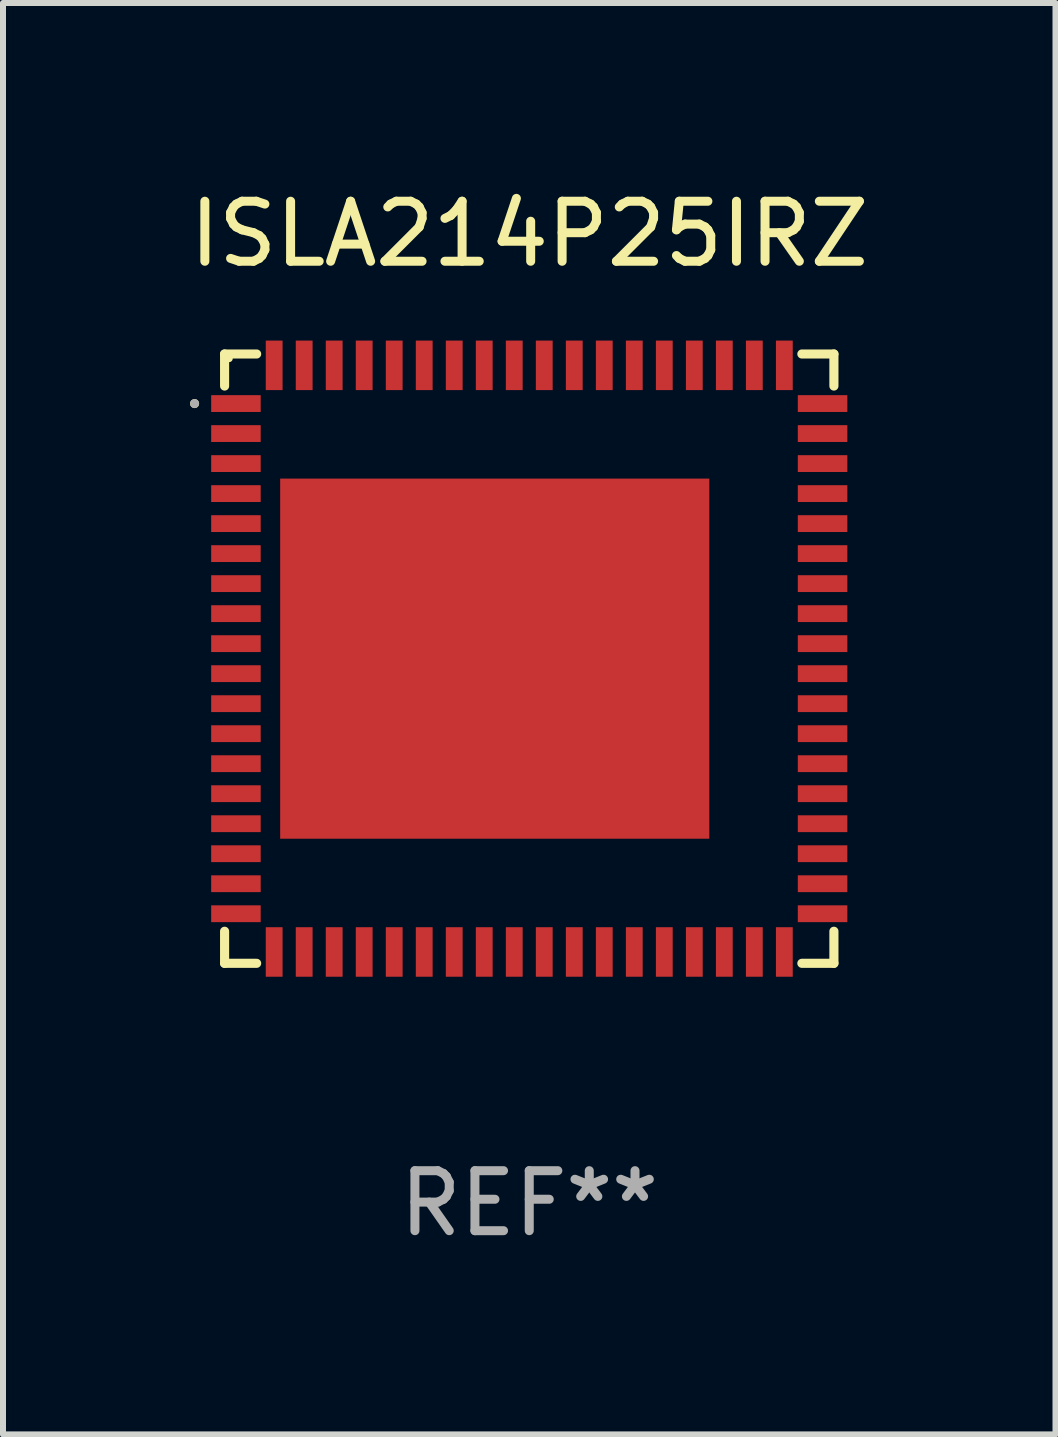
<source format=kicad_pcb>
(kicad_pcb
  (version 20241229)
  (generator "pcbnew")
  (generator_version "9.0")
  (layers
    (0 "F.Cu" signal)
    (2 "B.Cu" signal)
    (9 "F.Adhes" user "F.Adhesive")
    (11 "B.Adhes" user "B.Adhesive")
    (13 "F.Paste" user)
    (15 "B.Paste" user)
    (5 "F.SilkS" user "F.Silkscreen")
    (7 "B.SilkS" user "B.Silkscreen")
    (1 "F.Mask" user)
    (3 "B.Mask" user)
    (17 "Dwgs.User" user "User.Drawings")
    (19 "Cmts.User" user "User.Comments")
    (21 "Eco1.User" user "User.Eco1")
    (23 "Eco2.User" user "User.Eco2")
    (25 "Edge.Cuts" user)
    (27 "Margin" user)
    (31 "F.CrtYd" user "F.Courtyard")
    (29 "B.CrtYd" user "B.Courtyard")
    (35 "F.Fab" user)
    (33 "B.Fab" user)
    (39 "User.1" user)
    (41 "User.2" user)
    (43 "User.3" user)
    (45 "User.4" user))
  (footprint "ISLA214P25IRZ"
    (layer "F.Cu")
    (at 5.768 7.924)
    (property "Reference" "ISLA214P25IRZ" (at 0 -7.076 0) (layer "F.SilkS") (effects (font (size 1 1) (thickness 0.15))))
    (attr through_hole)
    (fp_line (start -5.076 -5.076) (end -4.542 -5.076) (stroke (width 0.152) (type solid)) (layer "F.SilkS"))
    (fp_line (start -5.076 -4.542) (end -5.076 -5.076) (stroke (width 0.152) (type solid)) (layer "F.SilkS"))
    (fp_line (start -5.076 4.542) (end -5.076 5.076) (stroke (width 0.152) (type solid)) (layer "F.SilkS"))
    (fp_line (start -5.076 5.076) (end -4.542 5.076) (stroke (width 0.152) (type solid)) (layer "F.SilkS"))
    (fp_line (start 5.076 -5.076) (end 4.542 -5.076) (stroke (width 0.152) (type solid)) (layer "F.SilkS"))
    (fp_line (start 5.076 -4.542) (end 5.076 -5.076) (stroke (width 0.152) (type solid)) (layer "F.SilkS"))
    (fp_line (start 5.076 4.542) (end 5.076 5.076) (stroke (width 0.152) (type solid)) (layer "F.SilkS"))
    (fp_line (start 5.076 5.076) (end 4.542 5.076) (stroke (width 0.152) (type solid)) (layer "F.SilkS"))
    (fp_circle (center -5.576 -4.25) (end -5.538 -4.25) (stroke (width 0.075) (type solid)) (fill no) (layer "F.SilkS"))
    (fp_circle (center -5 -5) (end -4.97 -5) (stroke (width 0.06) (type solid)) (fill no) (layer "F.SilkS"))
    (fp_circle (center -5.576 -4.25) (end -5.538 -4.25) (stroke (width 0.075) (type solid)) (fill no) (layer "F.Fab"))
    (fp_text user "REF**" (at 0 9.076 0) (layer "F.Fab") (effects (font (size 1 1) (thickness 0.15))))
    (pad "1" smd rect (at -4.887 -4.25) (size 0.825 0.28) (layers "F.Cu" "F.Mask" "F.Paste"))
    (pad "2" smd rect (at -4.887 -3.75) (size 0.825 0.28) (layers "F.Cu" "F.Mask" "F.Paste"))
    (pad "3" smd rect (at -4.887 -3.25) (size 0.825 0.28) (layers "F.Cu" "F.Mask" "F.Paste"))
    (pad "4" smd rect (at -4.887 -2.75) (size 0.825 0.28) (layers "F.Cu" "F.Mask" "F.Paste"))
    (pad "5" smd rect (at -4.887 -2.25) (size 0.825 0.28) (layers "F.Cu" "F.Mask" "F.Paste"))
    (pad "6" smd rect (at -4.887 -1.75) (size 0.825 0.28) (layers "F.Cu" "F.Mask" "F.Paste"))
    (pad "7" smd rect (at -4.887 -1.25) (size 0.825 0.28) (layers "F.Cu" "F.Mask" "F.Paste"))
    (pad "8" smd rect (at -4.887 -0.75) (size 0.825 0.28) (layers "F.Cu" "F.Mask" "F.Paste"))
    (pad "9" smd rect (at -4.887 -0.25) (size 0.825 0.28) (layers "F.Cu" "F.Mask" "F.Paste"))
    (pad "10" smd rect (at -4.887 0.25) (size 0.825 0.28) (layers "F.Cu" "F.Mask" "F.Paste"))
    (pad "11" smd rect (at -4.887 0.75) (size 0.825 0.28) (layers "F.Cu" "F.Mask" "F.Paste"))
    (pad "12" smd rect (at -4.887 1.25) (size 0.825 0.28) (layers "F.Cu" "F.Mask" "F.Paste"))
    (pad "13" smd rect (at -4.887 1.75) (size 0.825 0.28) (layers "F.Cu" "F.Mask" "F.Paste"))
    (pad "14" smd rect (at -4.887 2.25) (size 0.825 0.28) (layers "F.Cu" "F.Mask" "F.Paste"))
    (pad "15" smd rect (at -4.887 2.75) (size 0.825 0.28) (layers "F.Cu" "F.Mask" "F.Paste"))
    (pad "16" smd rect (at -4.887 3.25) (size 0.825 0.28) (layers "F.Cu" "F.Mask" "F.Paste"))
    (pad "17" smd rect (at -4.887 3.75) (size 0.825 0.28) (layers "F.Cu" "F.Mask" "F.Paste"))
    (pad "18" smd rect (at -4.887 4.25) (size 0.825 0.28) (layers "F.Cu" "F.Mask" "F.Paste"))
    (pad "19" smd rect (at -4.25 4.887) (size 0.28 0.825) (layers "F.Cu" "F.Mask" "F.Paste"))
    (pad "20" smd rect (at -3.75 4.887) (size 0.28 0.825) (layers "F.Cu" "F.Mask" "F.Paste"))
    (pad "21" smd rect (at -3.25 4.887) (size 0.28 0.825) (layers "F.Cu" "F.Mask" "F.Paste"))
    (pad "22" smd rect (at -2.75 4.887) (size 0.28 0.825) (layers "F.Cu" "F.Mask" "F.Paste"))
    (pad "23" smd rect (at -2.25 4.887) (size 0.28 0.825) (layers "F.Cu" "F.Mask" "F.Paste"))
    (pad "24" smd rect (at -1.75 4.887) (size 0.28 0.825) (layers "F.Cu" "F.Mask" "F.Paste"))
    (pad "25" smd rect (at -1.25 4.887) (size 0.28 0.825) (layers "F.Cu" "F.Mask" "F.Paste"))
    (pad "26" smd rect (at -0.75 4.887) (size 0.28 0.825) (layers "F.Cu" "F.Mask" "F.Paste"))
    (pad "27" smd rect (at -0.25 4.887) (size 0.28 0.825) (layers "F.Cu" "F.Mask" "F.Paste"))
    (pad "28" smd rect (at 0.25 4.887) (size 0.28 0.825) (layers "F.Cu" "F.Mask" "F.Paste"))
    (pad "29" smd rect (at 0.75 4.887) (size 0.28 0.825) (layers "F.Cu" "F.Mask" "F.Paste"))
    (pad "30" smd rect (at 1.25 4.887) (size 0.28 0.825) (layers "F.Cu" "F.Mask" "F.Paste"))
    (pad "31" smd rect (at 1.75 4.887) (size 0.28 0.825) (layers "F.Cu" "F.Mask" "F.Paste"))
    (pad "32" smd rect (at 2.25 4.887) (size 0.28 0.825) (layers "F.Cu" "F.Mask" "F.Paste"))
    (pad "33" smd rect (at 2.75 4.887) (size 0.28 0.825) (layers "F.Cu" "F.Mask" "F.Paste"))
    (pad "34" smd rect (at 3.25 4.887) (size 0.28 0.825) (layers "F.Cu" "F.Mask" "F.Paste"))
    (pad "35" smd rect (at 3.75 4.887) (size 0.28 0.825) (layers "F.Cu" "F.Mask" "F.Paste"))
    (pad "36" smd rect (at 4.25 4.887) (size 0.28 0.825) (layers "F.Cu" "F.Mask" "F.Paste"))
    (pad "37" smd rect (at 4.887 4.25) (size 0.825 0.28) (layers "F.Cu" "F.Mask" "F.Paste"))
    (pad "38" smd rect (at 4.887 3.75) (size 0.825 0.28) (layers "F.Cu" "F.Mask" "F.Paste"))
    (pad "39" smd rect (at 4.887 3.25) (size 0.825 0.28) (layers "F.Cu" "F.Mask" "F.Paste"))
    (pad "40" smd rect (at 4.887 2.75) (size 0.825 0.28) (layers "F.Cu" "F.Mask" "F.Paste"))
    (pad "41" smd rect (at 4.887 2.25) (size 0.825 0.28) (layers "F.Cu" "F.Mask" "F.Paste"))
    (pad "42" smd rect (at 4.887 1.75) (size 0.825 0.28) (layers "F.Cu" "F.Mask" "F.Paste"))
    (pad "43" smd rect (at 4.887 1.25) (size 0.825 0.28) (layers "F.Cu" "F.Mask" "F.Paste"))
    (pad "44" smd rect (at 4.887 0.75) (size 0.825 0.28) (layers "F.Cu" "F.Mask" "F.Paste"))
    (pad "45" smd rect (at 4.887 0.25) (size 0.825 0.28) (layers "F.Cu" "F.Mask" "F.Paste"))
    (pad "46" smd rect (at 4.887 -0.25) (size 0.825 0.28) (layers "F.Cu" "F.Mask" "F.Paste"))
    (pad "47" smd rect (at 4.887 -0.75) (size 0.825 0.28) (layers "F.Cu" "F.Mask" "F.Paste"))
    (pad "48" smd rect (at 4.887 -1.25) (size 0.825 0.28) (layers "F.Cu" "F.Mask" "F.Paste"))
    (pad "49" smd rect (at 4.887 -1.75) (size 0.825 0.28) (layers "F.Cu" "F.Mask" "F.Paste"))
    (pad "50" smd rect (at 4.887 -2.25) (size 0.825 0.28) (layers "F.Cu" "F.Mask" "F.Paste"))
    (pad "51" smd rect (at 4.887 -2.75) (size 0.825 0.28) (layers "F.Cu" "F.Mask" "F.Paste"))
    (pad "52" smd rect (at 4.887 -3.25) (size 0.825 0.28) (layers "F.Cu" "F.Mask" "F.Paste"))
    (pad "53" smd rect (at 4.887 -3.75) (size 0.825 0.28) (layers "F.Cu" "F.Mask" "F.Paste"))
    (pad "54" smd rect (at 4.887 -4.25) (size 0.825 0.28) (layers "F.Cu" "F.Mask" "F.Paste"))
    (pad "55" smd rect (at 4.25 -4.887) (size 0.28 0.825) (layers "F.Cu" "F.Mask" "F.Paste"))
    (pad "56" smd rect (at 3.75 -4.887) (size 0.28 0.825) (layers "F.Cu" "F.Mask" "F.Paste"))
    (pad "57" smd rect (at 3.25 -4.887) (size 0.28 0.825) (layers "F.Cu" "F.Mask" "F.Paste"))
    (pad "58" smd rect (at 2.75 -4.887) (size 0.28 0.825) (layers "F.Cu" "F.Mask" "F.Paste"))
    (pad "59" smd rect (at 2.25 -4.887) (size 0.28 0.825) (layers "F.Cu" "F.Mask" "F.Paste"))
    (pad "60" smd rect (at 1.75 -4.887) (size 0.28 0.825) (layers "F.Cu" "F.Mask" "F.Paste"))
    (pad "61" smd rect (at 1.25 -4.887) (size 0.28 0.825) (layers "F.Cu" "F.Mask" "F.Paste"))
    (pad "62" smd rect (at 0.75 -4.887) (size 0.28 0.825) (layers "F.Cu" "F.Mask" "F.Paste"))
    (pad "63" smd rect (at 0.25 -4.887) (size 0.28 0.825) (layers "F.Cu" "F.Mask" "F.Paste"))
    (pad "64" smd rect (at -0.25 -4.887) (size 0.28 0.825) (layers "F.Cu" "F.Mask" "F.Paste"))
    (pad "65" smd rect (at -0.75 -4.887) (size 0.28 0.825) (layers "F.Cu" "F.Mask" "F.Paste"))
    (pad "66" smd rect (at -1.25 -4.887) (size 0.28 0.825) (layers "F.Cu" "F.Mask" "F.Paste"))
    (pad "67" smd rect (at -1.75 -4.887) (size 0.28 0.825) (layers "F.Cu" "F.Mask" "F.Paste"))
    (pad "68" smd rect (at -2.25 -4.887) (size 0.28 0.825) (layers "F.Cu" "F.Mask" "F.Paste"))
    (pad "69" smd rect (at -2.75 -4.887) (size 0.28 0.825) (layers "F.Cu" "F.Mask" "F.Paste"))
    (pad "70" smd rect (at -3.25 -4.887) (size 0.28 0.825) (layers "F.Cu" "F.Mask" "F.Paste"))
    (pad "71" smd rect (at -3.75 -4.887) (size 0.28 0.825) (layers "F.Cu" "F.Mask" "F.Paste"))
    (pad "72" smd rect (at -4.25 -4.887) (size 0.28 0.825) (layers "F.Cu" "F.Mask" "F.Paste"))
    (pad "73" smd rect (at -0.575 0) (size 7.15 6) (layers "F.Cu" "F.Mask" "F.Paste")))
  (gr_rect
    (start -3 -3)
    (end 14.536 20.849)
    (stroke (width 0.1) (type default))
    (fill no)
    (layer "Edge.Cuts")))
</source>
